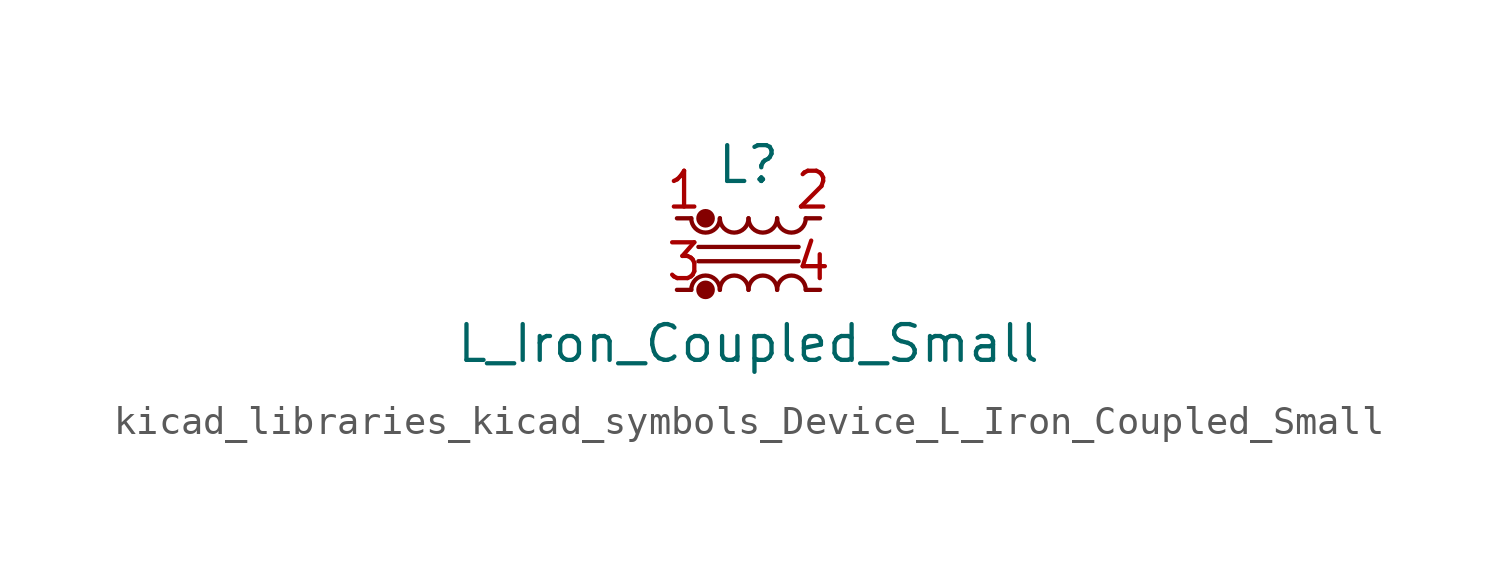
<source format=kicad_sym>
(kicad_symbol_lib
  (version 20220914)
  (generator kicad_symbol_editor)
  (symbol "kicad_libraries_kicad_symbols_Device_L_Iron_Coupled_Small"
    (pin_names
      (offset 0.254) hide)
    (property "Reference" "L"
      (at 0 3.175 0)
      (effects (font (size 1.27 1.27))))
    (property "Value" "L_Iron_Coupled_Small"
      (at 0 -3.175 0)
      (effects (font (size 1.27 1.27))))
    (symbol "kicad_libraries_kicad_symbols_Device_L_Iron_Coupled_Small_0_1"
      (arc (start -2.032 1.27) (mid -1.524 0.7642) (end -1.016 1.27) (stroke (width 0) (type default)) (fill (type none)))
      (circle (center -1.524 -1.27) (radius 0.254) (stroke (width 0) (type default)) (fill (type outline)))
      (circle (center -1.524 1.27) (radius 0.254) (stroke (width 0) (type default)) (fill (type outline)))
      (arc (start -1.016 -1.27) (mid -1.524 -0.7642) (end -2.032 -1.27) (stroke (width 0) (type default)) (fill (type none)))
      (arc (start -1.016 1.27) (mid -0.508 0.7642) (end 0 1.27) (stroke (width 0) (type default)) (fill (type none)))
      (arc (start 0 -1.27) (mid -0.508 -0.7642) (end -1.016 -1.27) (stroke (width 0) (type default)) (fill (type none)))
      (polyline (pts (xy 1.778 -0.254) (xy -1.778 -0.254)) (stroke (width 0) (type default)) (fill (type none)))
      (polyline (pts (xy 1.778 0.254) (xy -1.778 0.254)) (stroke (width 0) (type default)) (fill (type none)))
      (arc (start 0 1.27) (mid 0.508 0.7642) (end 1.016 1.27) (stroke (width 0) (type default)) (fill (type none)))
      (arc (start 1.016 -1.27) (mid 0.508 -0.7642) (end 0 -1.27) (stroke (width 0) (type default)) (fill (type none)))
      (arc (start 1.016 1.27) (mid 1.524 0.7642) (end 2.032 1.27) (stroke (width 0) (type default)) (fill (type none)))
      (arc (start 2.032 -1.27) (mid 1.524 -0.7642) (end 1.016 -1.27) (stroke (width 0) (type default)) (fill (type none))))
    (symbol "kicad_libraries_kicad_symbols_Device_L_Iron_Coupled_Small_1_1"
      (pin passive line (at -2.54 1.27 0) (length 0.508) (name "1" (effects (font (size 1.27 1.27)))) (number "1" (effects (font (size 1.27 1.27)))))
      (pin passive line (at 2.54 1.27 180) (length 0.508) (name "2" (effects (font (size 1.27 1.27)))) (number "2" (effects (font (size 1.27 1.27)))))
      (pin passive line (at -2.54 -1.27 0) (length 0.508) (name "3" (effects (font (size 1.27 1.27)))) (number "3" (effects (font (size 1.27 1.27)))))
      (pin passive line (at 2.54 -1.27 180) (length 0.508) (name "4" (effects (font (size 1.27 1.27)))) (number "4" (effects (font (size 1.27 1.27))))))))
</source>
